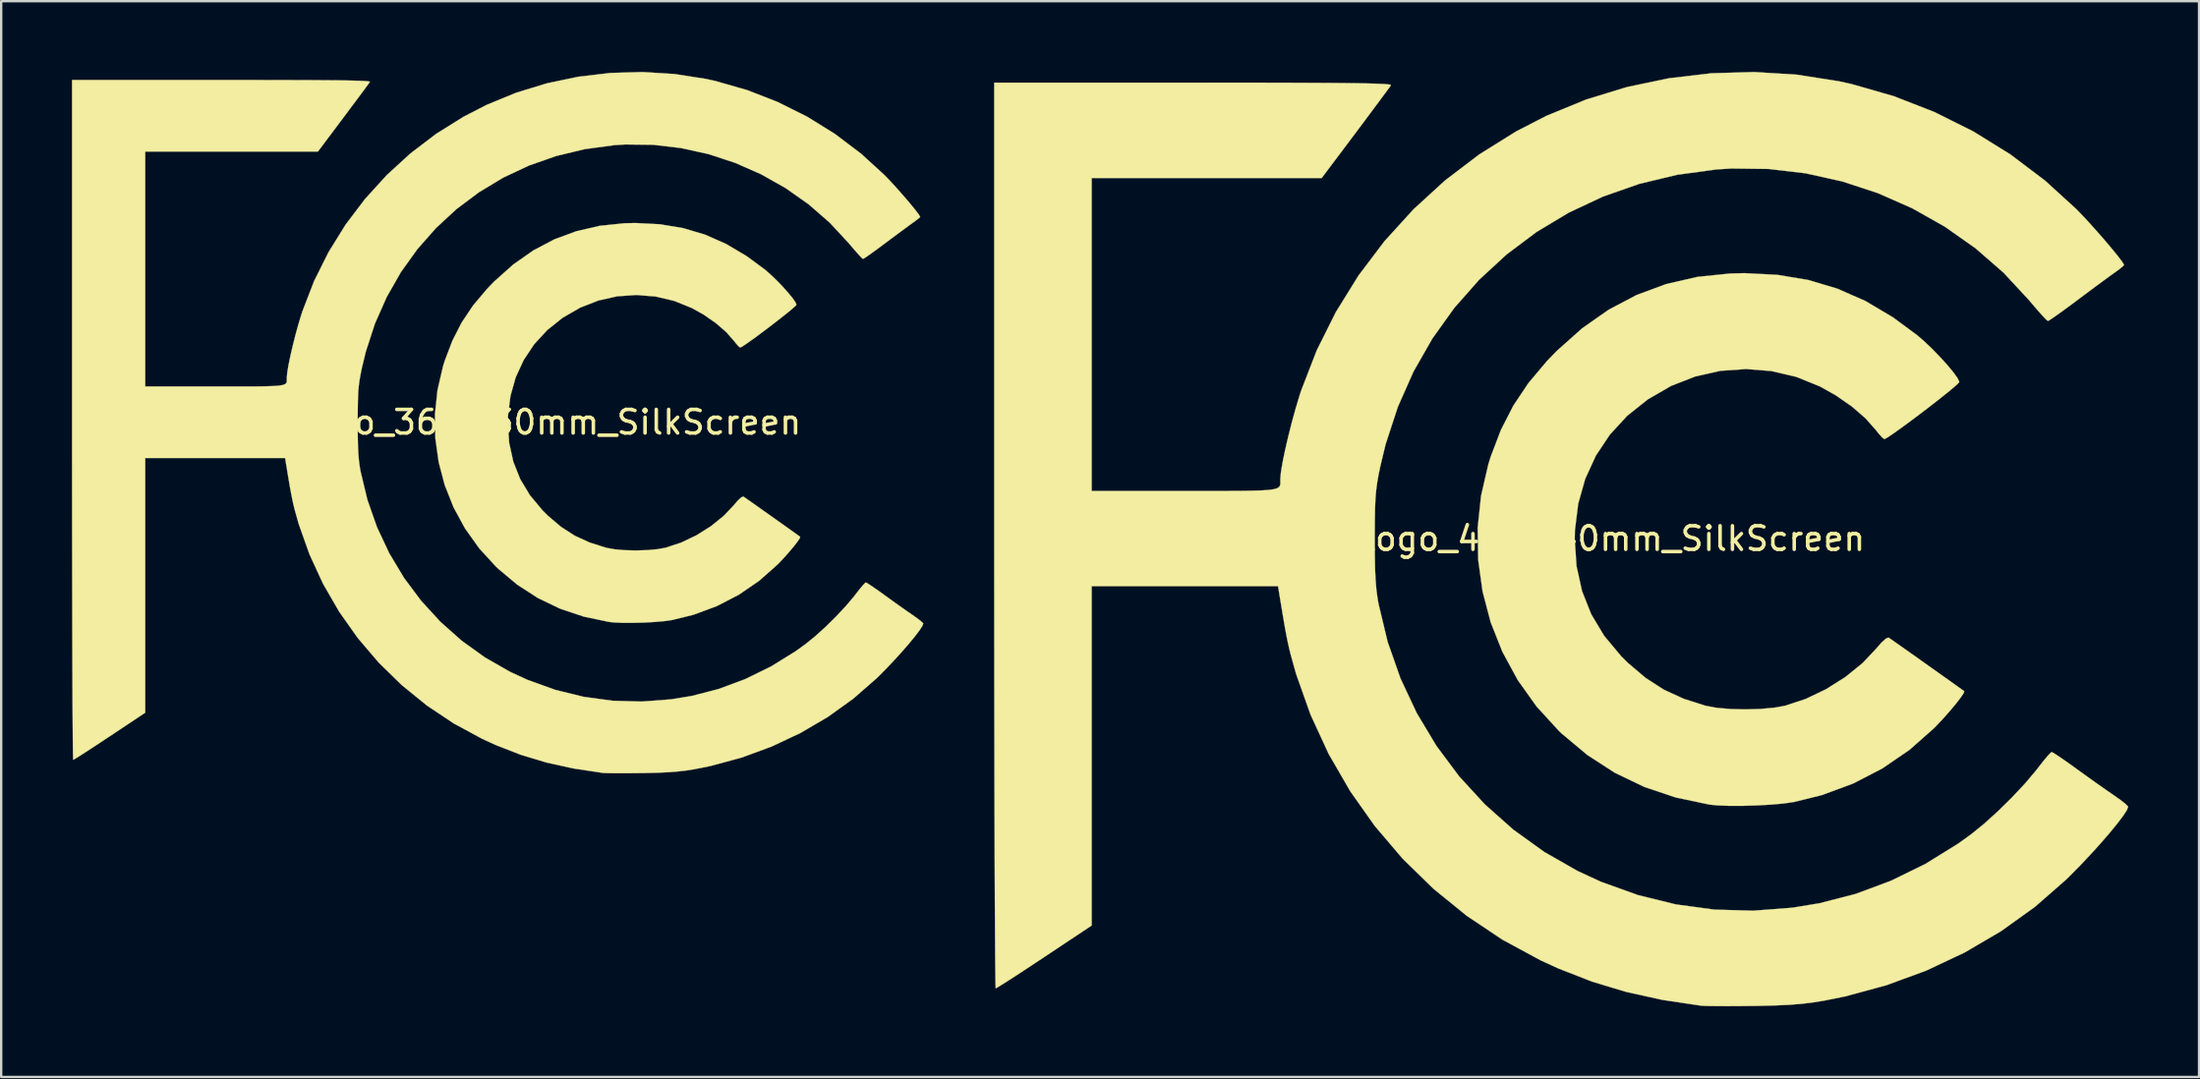
<source format=kicad_pcb>
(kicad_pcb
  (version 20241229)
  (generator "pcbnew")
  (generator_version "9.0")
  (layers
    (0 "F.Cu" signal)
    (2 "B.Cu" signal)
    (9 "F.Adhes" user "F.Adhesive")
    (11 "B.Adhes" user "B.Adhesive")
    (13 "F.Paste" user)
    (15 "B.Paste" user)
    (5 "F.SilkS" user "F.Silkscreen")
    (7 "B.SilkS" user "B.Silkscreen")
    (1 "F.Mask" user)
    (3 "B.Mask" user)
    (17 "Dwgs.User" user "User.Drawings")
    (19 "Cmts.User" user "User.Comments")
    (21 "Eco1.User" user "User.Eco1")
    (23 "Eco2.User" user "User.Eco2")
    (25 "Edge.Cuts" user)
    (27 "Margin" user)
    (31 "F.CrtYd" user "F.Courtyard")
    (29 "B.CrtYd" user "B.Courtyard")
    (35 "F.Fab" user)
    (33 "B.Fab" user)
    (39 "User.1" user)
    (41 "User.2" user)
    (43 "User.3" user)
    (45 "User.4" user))
  (footprint "FCC-Logo_48.3x40mm_SilkScreen"
    (layer "F.Cu")
    (at 63.182 19.791)
    (property "Reference" "FCC-Logo_48.3x40mm_SilkScreen" (at 0 0 0) (layer "F.SilkS") (effects (font (size 1 1) (thickness 0.15))))
    (attr exclude_from_pos_files exclude_from_bom allow_missing_courtyard)
    (fp_poly (pts (xy 9.118 -11.185) (xy 10.421 -10.969) (xy 11.661 -10.6) (xy 12.855 -10.074) (xy 14.019 -9.383) (xy 15.046 -8.625) (xy 15.359 -8.354) (xy 15.695 -8.033) (xy 16.027 -7.69) (xy 16.332 -7.353) (xy 16.583 -7.049) (xy 16.758 -6.805) (xy 16.83 -6.651) (xy 16.831 -6.641) (xy 16.764 -6.561) (xy 16.579 -6.398) (xy 16.301 -6.168) (xy 15.954 -5.892) (xy 15.563 -5.588) (xy 15.153 -5.275) (xy 14.748 -4.971) (xy 14.372 -4.695) (xy 14.052 -4.466) (xy 13.81 -4.303) (xy 13.672 -4.225) (xy 13.654 -4.221) (xy 13.563 -4.287) (xy 13.413 -4.454) (xy 13.315 -4.581) (xy 12.863 -5.094) (xy 12.275 -5.604) (xy 11.59 -6.079) (xy 10.932 -6.449) (xy 9.926 -6.857) (xy 8.872 -7.105) (xy 7.793 -7.191) (xy 6.71 -7.116) (xy 5.648 -6.879) (xy 4.627 -6.481) (xy 4.618 -6.477) (xy 3.624 -5.902) (xy 2.756 -5.211) (xy 2.02 -4.411) (xy 1.423 -3.516) (xy 0.973 -2.534) (xy 0.675 -1.478) (xy 0.537 -0.357) (xy 0.528 0.027) (xy 0.604 1.165) (xy 0.837 2.224) (xy 1.228 3.21) (xy 1.781 4.13) (xy 2.499 4.99) (xy 2.792 5.281) (xy 3.536 5.911) (xy 4.306 6.407) (xy 5.15 6.795) (xy 6.075 7.09) (xy 6.541 7.177) (xy 7.123 7.228) (xy 7.763 7.244) (xy 8.406 7.225) (xy 8.995 7.171) (xy 9.439 7.091) (xy 10.314 6.803) (xy 11.184 6.387) (xy 12.005 5.869) (xy 12.735 5.276) (xy 13.281 4.698) (xy 13.527 4.417) (xy 13.717 4.244) (xy 13.83 4.197) (xy 13.837 4.2) (xy 13.927 4.262) (xy 14.135 4.408) (xy 14.434 4.619) (xy 14.799 4.877) (xy 15.205 5.165) (xy 15.624 5.463) (xy 16.033 5.753) (xy 16.404 6.017) (xy 16.713 6.237) (xy 16.933 6.394) (xy 17.038 6.47) (xy 17.041 6.473) (xy 17.016 6.556) (xy 16.892 6.741) (xy 16.693 6.998) (xy 16.441 7.301) (xy 16.157 7.622) (xy 15.865 7.933) (xy 15.767 8.034) (xy 14.72 8.96) (xy 13.57 9.747) (xy 12.33 10.388) (xy 11.009 10.877) (xy 9.822 11.17) (xy 9.396 11.233) (xy 8.856 11.281) (xy 8.253 11.315) (xy 7.635 11.333) (xy 7.052 11.332) (xy 6.553 11.312) (xy 6.24 11.28) (xy 4.812 10.98) (xy 3.476 10.531) (xy 2.228 9.931) (xy 1.064 9.178) (xy -0.023 8.269) (xy -0.145 8.152) (xy -1.087 7.122) (xy -1.886 6.001) (xy -2.536 4.805) (xy -3.035 3.547) (xy -3.378 2.242) (xy -3.563 0.904) (xy -3.586 -0.452) (xy -3.442 -1.814) (xy -3.13 -3.165) (xy -3.035 -3.469) (xy -2.603 -4.603) (xy -2.078 -5.632) (xy -1.436 -6.593) (xy -0.654 -7.523) (xy -0.231 -7.96) (xy 0.841 -8.917) (xy 1.968 -9.707) (xy 3.155 -10.332) (xy 4.407 -10.795) (xy 5.728 -11.098) (xy 7.124 -11.242) (xy 7.734 -11.256) (xy 9.118 -11.185)) (stroke (width 0.01) (type solid)) (fill yes) (layer "F.SilkS"))
    (fp_poly (pts (xy 9.942 -19.674) (xy 11.72 -19.396) (xy 12.261 -19.277) (xy 14.047 -18.765) (xy 15.774 -18.092) (xy 17.428 -17.266) (xy 18.998 -16.293) (xy 20.47 -15.18) (xy 21.794 -13.973) (xy 22.076 -13.681) (xy 22.392 -13.338) (xy 22.722 -12.969) (xy 23.043 -12.599) (xy 23.334 -12.253) (xy 23.574 -11.957) (xy 23.741 -11.735) (xy 23.815 -11.612) (xy 23.816 -11.602) (xy 23.749 -11.531) (xy 23.58 -11.397) (xy 23.443 -11.299) (xy 23.246 -11.158) (xy 22.942 -10.936) (xy 22.564 -10.657) (xy 22.144 -10.344) (xy 21.865 -10.134) (xy 21.465 -9.837) (xy 21.114 -9.581) (xy 20.834 -9.383) (xy 20.651 -9.261) (xy 20.59 -9.228) (xy 20.512 -9.292) (xy 20.345 -9.467) (xy 20.114 -9.728) (xy 19.841 -10.049) (xy 19.788 -10.112) (xy 18.713 -11.272) (xy 17.519 -12.312) (xy 16.222 -13.226) (xy 14.837 -14.008) (xy 13.381 -14.65) (xy 11.869 -15.147) (xy 10.318 -15.491) (xy 8.743 -15.676) (xy 7.16 -15.695) (xy 6.543 -15.656) (xy 4.871 -15.429) (xy 3.263 -15.043) (xy 1.728 -14.505) (xy 0.273 -13.822) (xy -1.093 -13.001) (xy -2.362 -12.049) (xy -3.527 -10.974) (xy -4.578 -9.783) (xy -5.508 -8.482) (xy -6.309 -7.079) (xy -6.972 -5.582) (xy -7.49 -3.997) (xy -7.711 -3.081) (xy -7.791 -2.694) (xy -7.85 -2.356) (xy -7.892 -2.03) (xy -7.921 -1.679) (xy -7.938 -1.265) (xy -7.947 -0.754) (xy -7.95 -0.106) (xy -7.95 -0.044) (xy -7.948 0.684) (xy -7.937 1.271) (xy -7.915 1.751) (xy -7.881 2.159) (xy -7.831 2.53) (xy -7.79 2.769) (xy -7.402 4.383) (xy -6.858 5.932) (xy -6.166 7.406) (xy -5.333 8.794) (xy -4.369 10.087) (xy -3.28 11.273) (xy -2.076 12.344) (xy -0.764 13.288) (xy 0.648 14.096) (xy 1.64 14.554) (xy 3.213 15.12) (xy 4.816 15.514) (xy 6.445 15.734) (xy 8.093 15.781) (xy 9.755 15.654) (xy 10.913 15.463) (xy 12.438 15.07) (xy 13.94 14.51) (xy 15.396 13.796) (xy 16.784 12.936) (xy 17.343 12.533) (xy 17.887 12.091) (xy 18.477 11.556) (xy 19.069 10.974) (xy 19.618 10.388) (xy 20.077 9.844) (xy 20.175 9.717) (xy 20.399 9.43) (xy 20.588 9.205) (xy 20.716 9.073) (xy 20.75 9.053) (xy 20.844 9.102) (xy 21.052 9.237) (xy 21.346 9.439) (xy 21.697 9.689) (xy 21.819 9.778) (xy 22.245 10.086) (xy 22.681 10.397) (xy 23.078 10.676) (xy 23.386 10.888) (xy 23.401 10.898) (xy 23.675 11.092) (xy 23.881 11.255) (xy 23.985 11.359) (xy 23.991 11.374) (xy 23.935 11.519) (xy 23.771 11.768) (xy 23.518 12.101) (xy 23.192 12.498) (xy 22.811 12.938) (xy 22.391 13.402) (xy 21.951 13.868) (xy 21.506 14.318) (xy 21.347 14.474) (xy 20.035 15.621) (xy 18.602 16.649) (xy 17.065 17.55) (xy 15.438 18.318) (xy 13.737 18.943) (xy 11.979 19.419) (xy 11.074 19.6) (xy 10.597 19.676) (xy 10.118 19.732) (xy 9.597 19.773) (xy 8.991 19.8) (xy 8.26 19.817) (xy 8.086 19.82) (xy 7.507 19.826) (xy 6.97 19.828) (xy 6.507 19.826) (xy 6.147 19.821) (xy 5.924 19.812) (xy 5.889 19.809) (xy 4.241 19.562) (xy 2.712 19.225) (xy 1.261 18.787) (xy -0.15 18.237) (xy -0.923 17.883) (xy -2.537 17.009) (xy -4.054 15.994) (xy -5.466 14.846) (xy -6.765 13.577) (xy -7.943 12.194) (xy -8.992 10.709) (xy -9.904 9.131) (xy -10.671 7.469) (xy -11.286 5.733) (xy -11.512 4.922) (xy -11.577 4.659) (xy -11.638 4.387) (xy -11.701 4.074) (xy -11.771 3.69) (xy -11.854 3.205) (xy -11.956 2.588) (xy -12.002 2.307) (xy -12.049 2.021) (xy -19.951 2.021) (xy -19.951 16.409) (xy -21.952 17.74) (xy -22.48 18.09) (xy -22.96 18.405) (xy -23.373 18.673) (xy -23.7 18.882) (xy -23.921 19.019) (xy -24.016 19.072) (xy -24.018 19.072) (xy -24.024 18.985) (xy -24.03 18.731) (xy -24.035 18.317) (xy -24.041 17.751) (xy -24.046 17.041) (xy -24.051 16.195) (xy -24.056 15.22) (xy -24.06 14.126) (xy -24.064 12.92) (xy -24.068 11.61) (xy -24.072 10.203) (xy -24.074 8.708) (xy -24.077 7.133) (xy -24.079 5.486) (xy -24.08 3.775) (xy -24.081 2.007) (xy -24.082 0.19) (xy -24.082 -0.132) (xy -24.082 -19.336) (xy -15.639 -19.336) (xy -14.185 -19.335) (xy -12.898 -19.334) (xy -11.769 -19.332) (xy -10.789 -19.328) (xy -9.951 -19.324) (xy -9.244 -19.318) (xy -8.661 -19.31) (xy -8.193 -19.301) (xy -7.83 -19.29) (xy -7.564 -19.278) (xy -7.387 -19.263) (xy -7.289 -19.247) (xy -7.262 -19.228) (xy -7.263 -19.226) (xy -7.331 -19.129) (xy -7.491 -18.911) (xy -7.728 -18.591) (xy -8.027 -18.189) (xy -8.374 -17.724) (xy -8.754 -17.216) (xy -8.763 -17.204) (xy -10.198 -15.293) (xy -19.951 -15.293) (xy -19.951 -2.021) (xy -16.005 -2.021) (xy -15.055 -2.021) (xy -14.266 -2.021) (xy -13.623 -2.024) (xy -13.111 -2.031) (xy -12.715 -2.044) (xy -12.421 -2.065) (xy -12.213 -2.096) (xy -12.077 -2.139) (xy -11.998 -2.195) (xy -11.96 -2.266) (xy -11.95 -2.355) (xy -11.952 -2.462) (xy -11.953 -2.523) (xy -11.928 -2.808) (xy -11.859 -3.225) (xy -11.753 -3.74) (xy -11.619 -4.319) (xy -11.466 -4.926) (xy -11.3 -5.526) (xy -11.132 -6.085) (xy -11.072 -6.269) (xy -10.411 -7.978) (xy -9.596 -9.611) (xy -8.636 -11.158) (xy -7.539 -12.61) (xy -6.315 -13.956) (xy -4.972 -15.187) (xy -3.518 -16.293) (xy -1.963 -17.264) (xy -0.673 -17.928) (xy 0.999 -18.615) (xy 2.734 -19.147) (xy 4.514 -19.52) (xy 6.321 -19.734) (xy 8.136 -19.786) (xy 9.942 -19.674)) (stroke (width 0.01) (type solid)) (fill yes) (layer "F.SilkS")))
  (footprint "FCC-Logo_36.3x30mm_SilkScreen"
    (layer "F.Cu")
    (at 18.082 14.857)
    (property "Reference" "FCC-Logo_36.3x30mm_SilkScreen" (at 0 0 0) (layer "F.SilkS") (effects (font (size 1 1) (thickness 0.15))))
    (attr exclude_from_pos_files exclude_from_bom allow_missing_courtyard)
    (fp_poly (pts (xy 6.844 -8.396) (xy 7.823 -8.234) (xy 8.754 -7.957) (xy 9.65 -7.562) (xy 10.524 -7.044) (xy 11.294 -6.475) (xy 11.529 -6.271) (xy 11.781 -6.03) (xy 12.031 -5.773) (xy 12.259 -5.519) (xy 12.448 -5.291) (xy 12.579 -5.108) (xy 12.634 -4.992) (xy 12.634 -4.985) (xy 12.584 -4.925) (xy 12.445 -4.802) (xy 12.236 -4.63) (xy 11.976 -4.423) (xy 11.682 -4.195) (xy 11.374 -3.959) (xy 11.07 -3.731) (xy 10.789 -3.524) (xy 10.548 -3.353) (xy 10.366 -3.23) (xy 10.263 -3.172) (xy 10.25 -3.168) (xy 10.181 -3.218) (xy 10.069 -3.344) (xy 9.995 -3.439) (xy 9.656 -3.824) (xy 9.215 -4.206) (xy 8.7 -4.564) (xy 8.206 -4.841) (xy 7.451 -5.147) (xy 6.66 -5.333) (xy 5.85 -5.398) (xy 5.037 -5.342) (xy 4.24 -5.164) (xy 3.474 -4.865) (xy 3.467 -4.862) (xy 2.72 -4.431) (xy 2.069 -3.911) (xy 1.516 -3.311) (xy 1.069 -2.639) (xy 0.73 -1.902) (xy 0.507 -1.109) (xy 0.403 -0.268) (xy 0.396 0.02) (xy 0.454 0.874) (xy 0.628 1.669) (xy 0.922 2.41) (xy 1.337 3.1) (xy 1.876 3.746) (xy 2.096 3.964) (xy 2.654 4.437) (xy 3.232 4.81) (xy 3.866 5.101) (xy 4.56 5.322) (xy 4.91 5.387) (xy 5.347 5.426) (xy 5.827 5.438) (xy 6.31 5.423) (xy 6.752 5.383) (xy 7.085 5.322) (xy 7.742 5.106) (xy 8.395 4.794) (xy 9.012 4.405) (xy 9.56 3.961) (xy 9.97 3.527) (xy 10.154 3.315) (xy 10.296 3.186) (xy 10.382 3.15) (xy 10.387 3.152) (xy 10.454 3.199) (xy 10.61 3.309) (xy 10.835 3.467) (xy 11.109 3.661) (xy 11.413 3.877) (xy 11.728 4.1) (xy 12.035 4.318) (xy 12.314 4.516) (xy 12.545 4.681) (xy 12.71 4.8) (xy 12.79 4.857) (xy 12.792 4.859) (xy 12.773 4.921) (xy 12.68 5.06) (xy 12.531 5.253) (xy 12.341 5.48) (xy 12.129 5.721) (xy 11.909 5.955) (xy 11.835 6.031) (xy 11.049 6.726) (xy 10.187 7.317) (xy 9.255 7.798) (xy 8.264 8.165) (xy 7.373 8.385) (xy 7.053 8.432) (xy 6.648 8.468) (xy 6.195 8.494) (xy 5.731 8.507) (xy 5.293 8.507) (xy 4.919 8.492) (xy 4.684 8.467) (xy 3.612 8.242) (xy 2.609 7.905) (xy 1.673 7.455) (xy 0.798 6.889) (xy -0.017 6.207) (xy -0.109 6.119) (xy -0.816 5.346) (xy -1.416 4.505) (xy -1.904 3.607) (xy -2.278 2.663) (xy -2.536 1.683) (xy -2.675 0.679) (xy -2.692 -0.34) (xy -2.584 -1.361) (xy -2.349 -2.376) (xy -2.278 -2.604) (xy -1.954 -3.455) (xy -1.56 -4.228) (xy -1.078 -4.949) (xy -0.491 -5.647) (xy -0.174 -5.975) (xy 0.631 -6.693) (xy 1.477 -7.286) (xy 2.368 -7.756) (xy 3.308 -8.103) (xy 4.3 -8.331) (xy 5.348 -8.439) (xy 5.806 -8.449) (xy 6.844 -8.396)) (stroke (width 0.01) (type solid)) (fill yes) (layer "F.SilkS"))
    (fp_poly (pts (xy 7.463 -14.768) (xy 8.798 -14.56) (xy 9.203 -14.47) (xy 10.544 -14.086) (xy 11.84 -13.581) (xy 13.083 -12.961) (xy 14.261 -12.23) (xy 15.366 -11.395) (xy 16.359 -10.489) (xy 16.571 -10.27) (xy 16.809 -10.012) (xy 17.056 -9.735) (xy 17.297 -9.458) (xy 17.516 -9.198) (xy 17.696 -8.975) (xy 17.821 -8.809) (xy 17.876 -8.716) (xy 17.878 -8.709) (xy 17.827 -8.656) (xy 17.7 -8.556) (xy 17.597 -8.482) (xy 17.45 -8.376) (xy 17.222 -8.209) (xy 16.938 -7.999) (xy 16.623 -7.765) (xy 16.413 -7.607) (xy 16.113 -7.384) (xy 15.849 -7.192) (xy 15.639 -7.043) (xy 15.502 -6.951) (xy 15.456 -6.927) (xy 15.397 -6.975) (xy 15.272 -7.107) (xy 15.099 -7.302) (xy 14.894 -7.543) (xy 14.854 -7.591) (xy 14.047 -8.461) (xy 13.151 -9.242) (xy 12.177 -9.928) (xy 11.137 -10.515) (xy 10.044 -10.997) (xy 8.91 -11.37) (xy 7.745 -11.628) (xy 6.563 -11.767) (xy 5.375 -11.781) (xy 4.911 -11.752) (xy 3.656 -11.582) (xy 2.449 -11.292) (xy 1.297 -10.888) (xy 0.205 -10.375) (xy -0.82 -9.759) (xy -1.773 -9.045) (xy -2.647 -8.238) (xy -3.436 -7.343) (xy -4.135 -6.367) (xy -4.736 -5.314) (xy -5.234 -4.19) (xy -5.622 -3) (xy -5.789 -2.313) (xy -5.848 -2.022) (xy -5.893 -1.769) (xy -5.924 -1.524) (xy -5.946 -1.26) (xy -5.958 -0.95) (xy -5.965 -0.566) (xy -5.968 -0.079) (xy -5.968 -0.033) (xy -5.966 0.514) (xy -5.958 0.954) (xy -5.942 1.315) (xy -5.916 1.621) (xy -5.879 1.899) (xy -5.848 2.078) (xy -5.557 3.29) (xy -5.148 4.453) (xy -4.628 5.559) (xy -4.003 6.601) (xy -3.279 7.572) (xy -2.462 8.462) (xy -1.558 9.266) (xy -0.573 9.975) (xy 0.486 10.581) (xy 1.231 10.925) (xy 2.412 11.35) (xy 3.615 11.645) (xy 4.838 11.811) (xy 6.075 11.846) (xy 7.322 11.751) (xy 8.192 11.608) (xy 9.336 11.312) (xy 10.464 10.892) (xy 11.557 10.356) (xy 12.599 9.711) (xy 13.019 9.408) (xy 13.427 9.076) (xy 13.87 8.675) (xy 14.314 8.237) (xy 14.726 7.798) (xy 15.071 7.39) (xy 15.144 7.294) (xy 15.312 7.078) (xy 15.454 6.909) (xy 15.55 6.811) (xy 15.576 6.795) (xy 15.647 6.832) (xy 15.803 6.934) (xy 16.023 7.085) (xy 16.287 7.273) (xy 16.378 7.34) (xy 16.698 7.571) (xy 17.025 7.804) (xy 17.323 8.014) (xy 17.555 8.173) (xy 17.566 8.181) (xy 17.771 8.326) (xy 17.927 8.449) (xy 18.004 8.527) (xy 18.009 8.538) (xy 17.967 8.647) (xy 17.844 8.834) (xy 17.654 9.084) (xy 17.409 9.382) (xy 17.123 9.712) (xy 16.808 10.06) (xy 16.477 10.41) (xy 16.144 10.748) (xy 16.024 10.865) (xy 15.039 11.726) (xy 13.964 12.497) (xy 12.81 13.174) (xy 11.588 13.75) (xy 10.312 14.22) (xy 8.992 14.577) (xy 8.313 14.713) (xy 7.954 14.77) (xy 7.595 14.812) (xy 7.204 14.842) (xy 6.749 14.863) (xy 6.2 14.876) (xy 6.07 14.878) (xy 5.635 14.882) (xy 5.232 14.884) (xy 4.884 14.883) (xy 4.614 14.879) (xy 4.447 14.872) (xy 4.42 14.87) (xy 3.184 14.684) (xy 2.036 14.431) (xy 0.947 14.102) (xy -0.112 13.69) (xy -0.693 13.424) (xy -1.904 12.768) (xy -3.043 12.006) (xy -4.103 11.144) (xy -5.078 10.191) (xy -5.962 9.154) (xy -6.75 8.039) (xy -7.434 6.854) (xy -8.01 5.606) (xy -8.472 4.303) (xy -8.642 3.695) (xy -8.69 3.498) (xy -8.736 3.293) (xy -8.783 3.058) (xy -8.836 2.77) (xy -8.898 2.406) (xy -8.975 1.943) (xy -9.01 1.732) (xy -9.044 1.517) (xy -14.976 1.517) (xy -14.976 12.317) (xy -16.478 13.317) (xy -16.874 13.579) (xy -17.235 13.816) (xy -17.545 14.017) (xy -17.79 14.174) (xy -17.956 14.277) (xy -18.028 14.316) (xy -18.029 14.316) (xy -18.033 14.251) (xy -18.038 14.06) (xy -18.042 13.749) (xy -18.046 13.325) (xy -18.05 12.792) (xy -18.054 12.156) (xy -18.058 11.425) (xy -18.061 10.604) (xy -18.064 9.698) (xy -18.067 8.715) (xy -18.069 7.659) (xy -18.071 6.537) (xy -18.073 5.355) (xy -18.075 4.118) (xy -18.076 2.833) (xy -18.077 1.506) (xy -18.077 0.143) (xy -18.077 -0.099) (xy -18.077 -14.514) (xy -11.739 -14.514) (xy -10.648 -14.514) (xy -9.682 -14.513) (xy -8.834 -14.511) (xy -8.099 -14.509) (xy -7.47 -14.505) (xy -6.939 -14.501) (xy -6.501 -14.495) (xy -6.15 -14.488) (xy -5.877 -14.48) (xy -5.678 -14.471) (xy -5.545 -14.46) (xy -5.471 -14.447) (xy -5.451 -14.433) (xy -5.452 -14.432) (xy -5.503 -14.359) (xy -5.623 -14.195) (xy -5.801 -13.955) (xy -6.025 -13.654) (xy -6.286 -13.305) (xy -6.572 -12.923) (xy -6.578 -12.914) (xy -7.655 -11.479) (xy -14.976 -11.479) (xy -14.976 -1.517) (xy -12.014 -1.517) (xy -11.301 -1.517) (xy -10.709 -1.517) (xy -10.226 -1.519) (xy -9.842 -1.525) (xy -9.544 -1.535) (xy -9.324 -1.55) (xy -9.168 -1.574) (xy -9.065 -1.606) (xy -9.006 -1.648) (xy -8.978 -1.701) (xy -8.97 -1.768) (xy -8.972 -1.848) (xy -8.972 -1.894) (xy -8.954 -2.107) (xy -8.902 -2.421) (xy -8.822 -2.808) (xy -8.722 -3.242) (xy -8.607 -3.697) (xy -8.483 -4.148) (xy -8.356 -4.567) (xy -8.311 -4.706) (xy -7.815 -5.989) (xy -7.203 -7.214) (xy -6.483 -8.376) (xy -5.659 -9.466) (xy -4.74 -10.476) (xy -3.732 -11.4) (xy -2.641 -12.231) (xy -1.474 -12.96) (xy -0.505 -13.458) (xy 0.75 -13.974) (xy 2.052 -14.373) (xy 3.388 -14.653) (xy 4.744 -14.813) (xy 6.107 -14.852) (xy 7.463 -14.768)) (stroke (width 0.01) (type solid)) (fill yes) (layer "F.SilkS")))
  (gr_rect
    (start -3 -3)
    (end 90.178 42.624)
    (stroke (width 0.1) (type default))
    (fill no)
    (layer "Edge.Cuts")))
</source>
